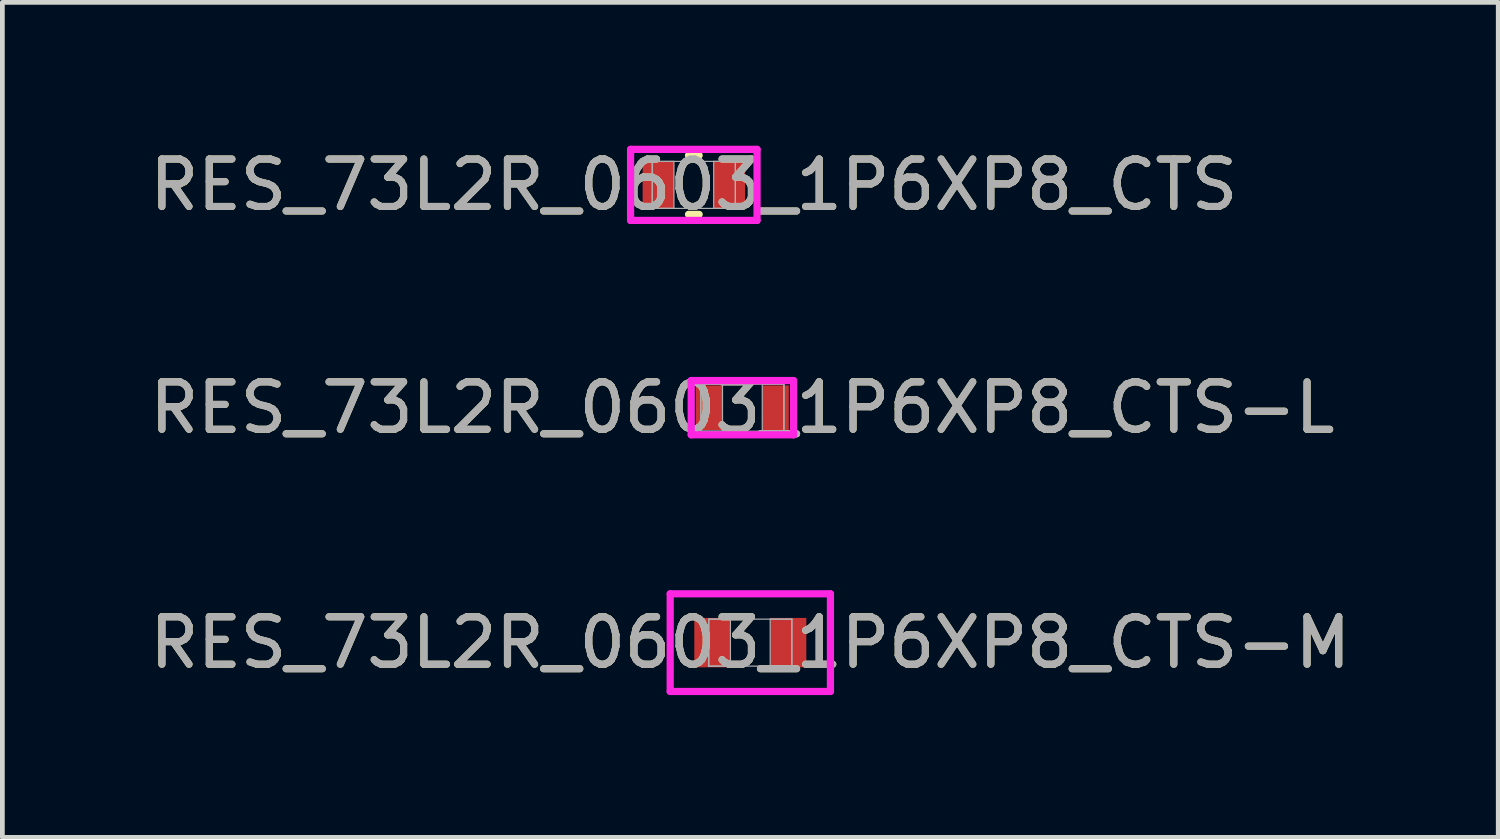
<source format=kicad_pcb>
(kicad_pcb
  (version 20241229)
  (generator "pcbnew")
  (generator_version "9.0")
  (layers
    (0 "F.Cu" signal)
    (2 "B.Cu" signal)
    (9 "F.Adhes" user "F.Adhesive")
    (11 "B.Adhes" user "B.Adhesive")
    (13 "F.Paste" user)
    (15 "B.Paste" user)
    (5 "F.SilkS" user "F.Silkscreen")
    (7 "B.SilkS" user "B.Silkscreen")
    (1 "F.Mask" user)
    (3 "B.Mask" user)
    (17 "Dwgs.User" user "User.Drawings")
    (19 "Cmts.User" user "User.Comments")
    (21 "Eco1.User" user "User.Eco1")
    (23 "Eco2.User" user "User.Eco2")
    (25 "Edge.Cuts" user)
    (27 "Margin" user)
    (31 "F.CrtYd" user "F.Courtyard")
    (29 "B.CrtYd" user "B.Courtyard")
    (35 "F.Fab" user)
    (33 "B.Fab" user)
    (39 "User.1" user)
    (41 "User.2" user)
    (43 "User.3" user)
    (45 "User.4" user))
  (footprint "RES_73L2R_0603_1P6XP8_CTS"
    (layer "F.Cu")
    (at 11.577 0.848)
    (property "Reference" "RES_73L2R_0603_1P6XP8_CTS" (at 0 0 0) (unlocked yes) (layer "F.SilkS") (effects (font (size 1 1) (thickness 0.15))))
    (attr smd)
    (fp_line (start -0.112 0.622) (end 0.112 0.622) (stroke (width 0.152) (type solid)) (layer "F.SilkS"))
    (fp_line (start 0.112 -0.622) (end -0.112 -0.622) (stroke (width 0.152) (type solid)) (layer "F.SilkS"))
    (fp_line (start -1.333 -0.749) (end 1.333 -0.749) (stroke (width 0.152) (type solid)) (layer "F.CrtYd"))
    (fp_line (start -1.333 0.749) (end -1.333 -0.749) (stroke (width 0.152) (type solid)) (layer "F.CrtYd"))
    (fp_line (start 1.333 -0.749) (end 1.333 0.749) (stroke (width 0.152) (type solid)) (layer "F.CrtYd"))
    (fp_line (start 1.333 0.749) (end -1.333 0.749) (stroke (width 0.152) (type solid)) (layer "F.CrtYd"))
    (fp_line (start -0.876 -0.495) (end -0.876 0.495) (stroke (width 0.025) (type solid)) (layer "F.Fab"))
    (fp_line (start -0.876 -0.495) (end -0.876 0.495) (stroke (width 0.025) (type solid)) (layer "F.Fab"))
    (fp_line (start -0.876 0.495) (end -0.419 0.495) (stroke (width 0.025) (type solid)) (layer "F.Fab"))
    (fp_line (start -0.876 0.495) (end 0.876 0.495) (stroke (width 0.025) (type solid)) (layer "F.Fab"))
    (fp_line (start -0.419 -0.495) (end -0.876 -0.495) (stroke (width 0.025) (type solid)) (layer "F.Fab"))
    (fp_line (start -0.419 0.495) (end -0.419 -0.495) (stroke (width 0.025) (type solid)) (layer "F.Fab"))
    (fp_line (start 0.419 -0.495) (end 0.419 0.495) (stroke (width 0.025) (type solid)) (layer "F.Fab"))
    (fp_line (start 0.419 0.495) (end 0.876 0.495) (stroke (width 0.025) (type solid)) (layer "F.Fab"))
    (fp_line (start 0.876 -0.495) (end -0.876 -0.495) (stroke (width 0.025) (type solid)) (layer "F.Fab"))
    (fp_line (start 0.876 -0.495) (end 0.419 -0.495) (stroke (width 0.025) (type solid)) (layer "F.Fab"))
    (fp_line (start 0.876 0.495) (end 0.876 -0.495) (stroke (width 0.025) (type solid)) (layer "F.Fab"))
    (fp_line (start 0.876 0.495) (end 0.876 -0.495) (stroke (width 0.025) (type solid)) (layer "F.Fab"))
    (fp_text user "${REFERENCE}" (at 0 0 0) (unlocked yes) (layer "F.Fab") (effects (font (size 1 1) (thickness 0.15))))
    (pad "1" smd rect (at -0.749 0) (size 0.66 0.991) (layers "F.Cu" "F.Mask" "F.Paste"))
    (pad "2" smd rect (at 0.749 0) (size 0.66 0.991) (layers "F.Cu" "F.Mask" "F.Paste"))
    (zone (net_name "") (layer "F.Cu") (hatch full 0.508) (connect_pads) (min_thickness 0.254) (filled_areas_thickness no) (keepout (tracks not_allowed) (vias not_allowed) (pads allowed) (copperpour not_allowed) (footprints allowed)) (placement (enabled no)) (fill) (polygon (pts (xy 11.209 0.404) (xy 11.946 0.404) (xy 11.946 1.293) (xy 11.209 1.293)))))
  (footprint "RES_73L2R_0603_1P6XP8_CTS-L"
    (layer "F.Cu")
    (at 12.601 5.545)
    (property "Reference" "RES_73L2R_0603_1P6XP8_CTS-L" (at 0 0 0) (unlocked yes) (layer "F.SilkS") (effects (font (size 1 1) (thickness 0.15))))
    (attr smd)
    (fp_line (start -1.079 -0.572) (end 1.079 -0.572) (stroke (width 0.152) (type solid)) (layer "F.CrtYd"))
    (fp_line (start -1.079 0.572) (end -1.079 -0.572) (stroke (width 0.152) (type solid)) (layer "F.CrtYd"))
    (fp_line (start 1.079 -0.572) (end 1.079 0.572) (stroke (width 0.152) (type solid)) (layer "F.CrtYd"))
    (fp_line (start 1.079 0.572) (end -1.079 0.572) (stroke (width 0.152) (type solid)) (layer "F.CrtYd"))
    (fp_line (start -0.876 -0.495) (end -0.876 0.495) (stroke (width 0.025) (type solid)) (layer "F.Fab"))
    (fp_line (start -0.876 -0.495) (end -0.876 0.495) (stroke (width 0.025) (type solid)) (layer "F.Fab"))
    (fp_line (start -0.876 0.495) (end -0.419 0.495) (stroke (width 0.025) (type solid)) (layer "F.Fab"))
    (fp_line (start -0.876 0.495) (end 0.876 0.495) (stroke (width 0.025) (type solid)) (layer "F.Fab"))
    (fp_line (start -0.419 -0.495) (end -0.876 -0.495) (stroke (width 0.025) (type solid)) (layer "F.Fab"))
    (fp_line (start -0.419 0.495) (end -0.419 -0.495) (stroke (width 0.025) (type solid)) (layer "F.Fab"))
    (fp_line (start 0.419 -0.495) (end 0.419 0.495) (stroke (width 0.025) (type solid)) (layer "F.Fab"))
    (fp_line (start 0.419 0.495) (end 0.876 0.495) (stroke (width 0.025) (type solid)) (layer "F.Fab"))
    (fp_line (start 0.876 -0.495) (end -0.876 -0.495) (stroke (width 0.025) (type solid)) (layer "F.Fab"))
    (fp_line (start 0.876 -0.495) (end 0.419 -0.495) (stroke (width 0.025) (type solid)) (layer "F.Fab"))
    (fp_line (start 0.876 0.495) (end 0.876 -0.495) (stroke (width 0.025) (type solid)) (layer "F.Fab"))
    (fp_line (start 0.876 0.495) (end 0.876 -0.495) (stroke (width 0.025) (type solid)) (layer "F.Fab"))
    (fp_text user "${REFERENCE}" (at 0 0 0) (unlocked yes) (layer "F.Fab") (effects (font (size 1 1) (thickness 0.15))))
    (pad "1" smd rect (at -0.699 0) (size 0.559 0.94) (layers "F.Cu" "F.Mask" "F.Paste"))
    (pad "2" smd rect (at 0.699 0) (size 0.559 0.94) (layers "F.Cu" "F.Mask" "F.Paste"))
    (zone (net_name "") (layer "F.Cu") (hatch full 0.508) (connect_pads) (min_thickness 0.254) (filled_areas_thickness no) (keepout (tracks not_allowed) (vias not_allowed) (pads allowed) (copperpour not_allowed) (footprints allowed)) (placement (enabled no)) (fill) (polygon (pts (xy 12.233 5.1) (xy 12.969 5.1) (xy 12.969 5.989) (xy 12.233 5.989)))))
  (footprint "RES_73L2R_0603_1P6XP8_CTS-M"
    (layer "F.Cu")
    (at 12.768 10.498)
    (property "Reference" "RES_73L2R_0603_1P6XP8_CTS-M" (at 0 0 0) (unlocked yes) (layer "F.SilkS") (effects (font (size 1 1) (thickness 0.15))))
    (attr smd)
    (fp_line (start -1.689 -1.029) (end 1.689 -1.029) (stroke (width 0.152) (type solid)) (layer "F.CrtYd"))
    (fp_line (start -1.689 1.029) (end -1.689 -1.029) (stroke (width 0.152) (type solid)) (layer "F.CrtYd"))
    (fp_line (start 1.689 -1.029) (end 1.689 1.029) (stroke (width 0.152) (type solid)) (layer "F.CrtYd"))
    (fp_line (start 1.689 1.029) (end -1.689 1.029) (stroke (width 0.152) (type solid)) (layer "F.CrtYd"))
    (fp_line (start -0.876 -0.495) (end -0.876 0.495) (stroke (width 0.025) (type solid)) (layer "F.Fab"))
    (fp_line (start -0.876 -0.495) (end -0.876 0.495) (stroke (width 0.025) (type solid)) (layer "F.Fab"))
    (fp_line (start -0.876 0.495) (end -0.419 0.495) (stroke (width 0.025) (type solid)) (layer "F.Fab"))
    (fp_line (start -0.876 0.495) (end 0.876 0.495) (stroke (width 0.025) (type solid)) (layer "F.Fab"))
    (fp_line (start -0.419 -0.495) (end -0.876 -0.495) (stroke (width 0.025) (type solid)) (layer "F.Fab"))
    (fp_line (start -0.419 0.495) (end -0.419 -0.495) (stroke (width 0.025) (type solid)) (layer "F.Fab"))
    (fp_line (start 0.419 -0.495) (end 0.419 0.495) (stroke (width 0.025) (type solid)) (layer "F.Fab"))
    (fp_line (start 0.419 0.495) (end 0.876 0.495) (stroke (width 0.025) (type solid)) (layer "F.Fab"))
    (fp_line (start 0.876 -0.495) (end -0.876 -0.495) (stroke (width 0.025) (type solid)) (layer "F.Fab"))
    (fp_line (start 0.876 -0.495) (end 0.419 -0.495) (stroke (width 0.025) (type solid)) (layer "F.Fab"))
    (fp_line (start 0.876 0.495) (end 0.876 -0.495) (stroke (width 0.025) (type solid)) (layer "F.Fab"))
    (fp_line (start 0.876 0.495) (end 0.876 -0.495) (stroke (width 0.025) (type solid)) (layer "F.Fab"))
    (fp_text user "${REFERENCE}" (at 0 0 0) (unlocked yes) (layer "F.Fab") (effects (font (size 1 1) (thickness 0.15))))
    (pad "1" smd rect (at -0.8 0) (size 0.762 1.041) (layers "F.Cu" "F.Mask" "F.Paste"))
    (pad "2" smd rect (at 0.8 0) (size 0.762 1.041) (layers "F.Cu" "F.Mask" "F.Paste"))
    (zone (net_name "") (layer "F.Cu") (hatch full 0.508) (connect_pads) (min_thickness 0.254) (filled_areas_thickness no) (keepout (tracks not_allowed) (vias not_allowed) (pads allowed) (copperpour not_allowed) (footprints allowed)) (placement (enabled no)) (fill) (polygon (pts (xy 12.4 10.053) (xy 13.136 10.053) (xy 13.136 10.942) (xy 12.4 10.942)))))
  (gr_rect
    (start -3 -3)
    (end 28.536 14.603)
    (stroke (width 0.1) (type default))
    (fill no)
    (layer "Edge.Cuts")))
</source>
